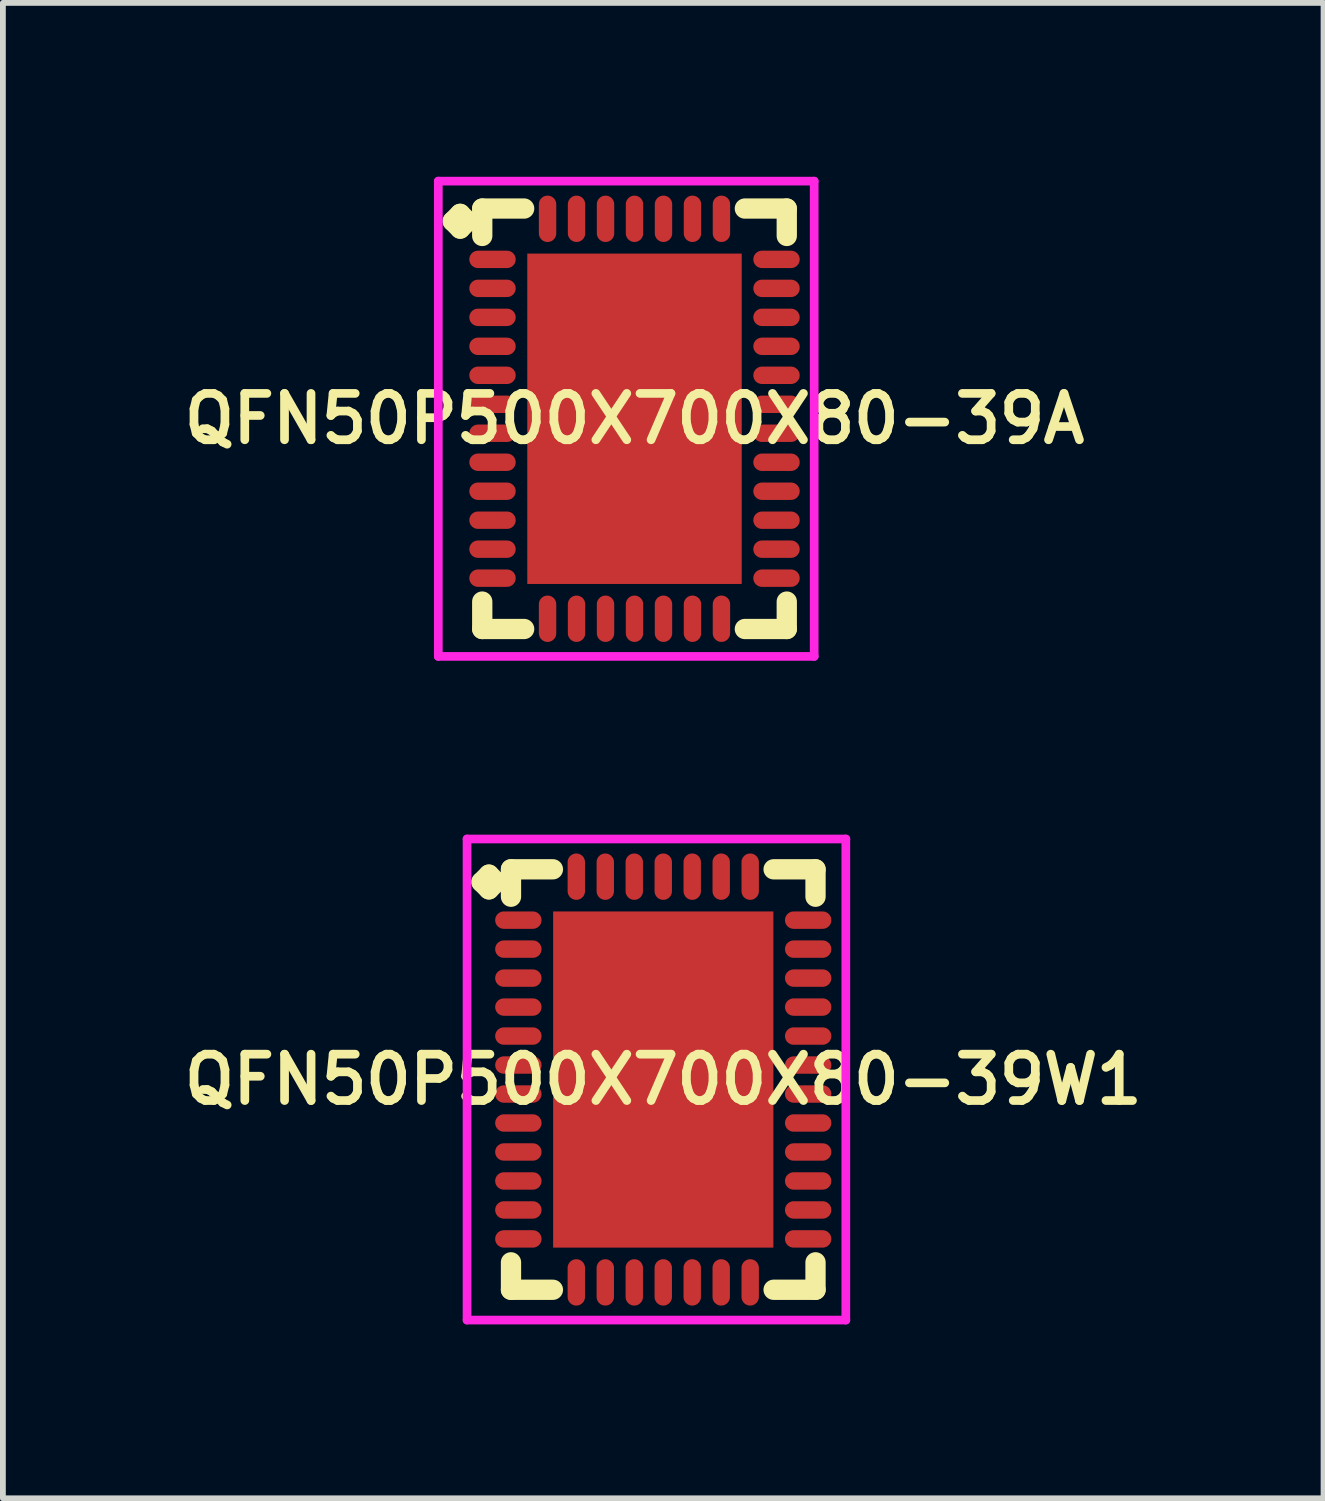
<source format=kicad_pcb>
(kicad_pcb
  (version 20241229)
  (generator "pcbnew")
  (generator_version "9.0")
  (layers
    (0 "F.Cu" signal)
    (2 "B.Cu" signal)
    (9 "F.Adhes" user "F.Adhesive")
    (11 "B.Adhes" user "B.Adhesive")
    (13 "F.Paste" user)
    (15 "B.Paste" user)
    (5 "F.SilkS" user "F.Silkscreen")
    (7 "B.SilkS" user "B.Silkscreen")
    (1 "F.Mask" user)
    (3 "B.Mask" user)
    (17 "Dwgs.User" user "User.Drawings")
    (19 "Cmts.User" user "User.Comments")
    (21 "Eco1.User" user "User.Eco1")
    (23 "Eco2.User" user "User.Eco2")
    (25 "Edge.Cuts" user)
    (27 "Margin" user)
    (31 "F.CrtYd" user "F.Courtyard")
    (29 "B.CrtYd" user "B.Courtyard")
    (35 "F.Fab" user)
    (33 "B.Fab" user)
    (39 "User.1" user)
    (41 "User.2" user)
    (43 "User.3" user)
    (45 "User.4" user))
  (footprint "QFN50P500X700X80-39A"
    (layer "F.Cu")
    (at 7.897 4.175)
    (property "Reference" "QFN50P500X700X80-39A" (at 0 0 0) (layer "F.SilkS") (effects (font (size 0.8 0.8) (thickness 0.15))))
    (attr smd)
    (fp_line (start -3.135 -3.408) (end -3.008 -3.535) (stroke (width 0.35) (type solid)) (layer "F.SilkS"))
    (fp_line (start -3.008 -3.535) (end -2.881 -3.408) (stroke (width 0.35) (type solid)) (layer "F.SilkS"))
    (fp_line (start -3.008 -3.281) (end -3.135 -3.408) (stroke (width 0.35) (type solid)) (layer "F.SilkS"))
    (fp_line (start -2.881 -3.408) (end -3.008 -3.281) (stroke (width 0.35) (type solid)) (layer "F.SilkS"))
    (fp_line (start -2.627 -3.627) (end -1.904 -3.627) (stroke (width 0.35) (type solid)) (layer "F.SilkS"))
    (fp_line (start -2.627 -3.154) (end -2.627 -3.627) (stroke (width 0.35) (type solid)) (layer "F.SilkS"))
    (fp_line (start -2.627 3.154) (end -2.627 3.627) (stroke (width 0.35) (type solid)) (layer "F.SilkS"))
    (fp_line (start -2.627 3.627) (end -1.904 3.627) (stroke (width 0.35) (type solid)) (layer "F.SilkS"))
    (fp_line (start 1.904 -3.627) (end 2.627 -3.627) (stroke (width 0.35) (type solid)) (layer "F.SilkS"))
    (fp_line (start 1.904 3.627) (end 2.627 3.627) (stroke (width 0.35) (type solid)) (layer "F.SilkS"))
    (fp_line (start 2.627 -3.627) (end 2.627 -3.154) (stroke (width 0.35) (type solid)) (layer "F.SilkS"))
    (fp_line (start 2.627 3.627) (end 2.627 3.154) (stroke (width 0.35) (type solid)) (layer "F.SilkS"))
    (fp_line (start -3.385 -4.1) (end 3.1 -4.1) (stroke (width 0.15) (type solid)) (layer "F.CrtYd"))
    (fp_line (start -3.385 4.1) (end -3.385 -4.1) (stroke (width 0.15) (type solid)) (layer "F.CrtYd"))
    (fp_line (start 3.1 -4.1) (end 3.1 4.1) (stroke (width 0.15) (type solid)) (layer "F.CrtYd"))
    (fp_line (start 3.1 4.1) (end -3.385 4.1) (stroke (width 0.15) (type solid)) (layer "F.CrtYd"))
    (pad "1" smd oval (at -2.45 -2.75) (size 0.8 0.3) (layers "F.Cu" "F.Mask" "F.Paste"))
    (pad "2" smd oval (at -2.45 -2.25) (size 0.8 0.3) (layers "F.Cu" "F.Mask" "F.Paste"))
    (pad "3" smd oval (at -2.45 -1.75) (size 0.8 0.3) (layers "F.Cu" "F.Mask" "F.Paste"))
    (pad "4" smd oval (at -2.45 -1.25) (size 0.8 0.3) (layers "F.Cu" "F.Mask" "F.Paste"))
    (pad "5" smd oval (at -2.45 -0.75) (size 0.8 0.3) (layers "F.Cu" "F.Mask" "F.Paste"))
    (pad "6" smd oval (at -2.45 -0.25) (size 0.8 0.3) (layers "F.Cu" "F.Mask" "F.Paste"))
    (pad "7" smd oval (at -2.45 0.25) (size 0.8 0.3) (layers "F.Cu" "F.Mask" "F.Paste"))
    (pad "8" smd oval (at -2.45 0.75) (size 0.8 0.3) (layers "F.Cu" "F.Mask" "F.Paste"))
    (pad "9" smd oval (at -2.45 1.25) (size 0.8 0.3) (layers "F.Cu" "F.Mask" "F.Paste"))
    (pad "10" smd oval (at -2.45 1.75) (size 0.8 0.3) (layers "F.Cu" "F.Mask" "F.Paste"))
    (pad "11" smd oval (at -2.45 2.25) (size 0.8 0.3) (layers "F.Cu" "F.Mask" "F.Paste"))
    (pad "12" smd oval (at -2.45 2.75) (size 0.8 0.3) (layers "F.Cu" "F.Mask" "F.Paste"))
    (pad "13" smd oval (at -1.5 3.45) (size 0.3 0.8) (layers "F.Cu" "F.Mask" "F.Paste"))
    (pad "14" smd oval (at -1 3.45) (size 0.3 0.8) (layers "F.Cu" "F.Mask" "F.Paste"))
    (pad "15" smd oval (at -0.5 3.45) (size 0.3 0.8) (layers "F.Cu" "F.Mask" "F.Paste"))
    (pad "16" smd oval (at 0 3.45) (size 0.3 0.8) (layers "F.Cu" "F.Mask" "F.Paste"))
    (pad "17" smd oval (at 0.5 3.45) (size 0.3 0.8) (layers "F.Cu" "F.Mask" "F.Paste"))
    (pad "18" smd oval (at 1 3.45) (size 0.3 0.8) (layers "F.Cu" "F.Mask" "F.Paste"))
    (pad "19" smd oval (at 1.5 3.45) (size 0.3 0.8) (layers "F.Cu" "F.Mask" "F.Paste"))
    (pad "20" smd oval (at 2.45 2.75) (size 0.8 0.3) (layers "F.Cu" "F.Mask" "F.Paste"))
    (pad "21" smd oval (at 2.45 2.25) (size 0.8 0.3) (layers "F.Cu" "F.Mask" "F.Paste"))
    (pad "22" smd oval (at 2.45 1.75) (size 0.8 0.3) (layers "F.Cu" "F.Mask" "F.Paste"))
    (pad "23" smd oval (at 2.45 1.25) (size 0.8 0.3) (layers "F.Cu" "F.Mask" "F.Paste"))
    (pad "24" smd oval (at 2.45 0.75) (size 0.8 0.3) (layers "F.Cu" "F.Mask" "F.Paste"))
    (pad "25" smd oval (at 2.45 0.25) (size 0.8 0.3) (layers "F.Cu" "F.Mask" "F.Paste"))
    (pad "26" smd oval (at 2.45 -0.25) (size 0.8 0.3) (layers "F.Cu" "F.Mask" "F.Paste"))
    (pad "27" smd oval (at 2.45 -0.75) (size 0.8 0.3) (layers "F.Cu" "F.Mask" "F.Paste"))
    (pad "28" smd oval (at 2.45 -1.25) (size 0.8 0.3) (layers "F.Cu" "F.Mask" "F.Paste"))
    (pad "29" smd oval (at 2.45 -1.75) (size 0.8 0.3) (layers "F.Cu" "F.Mask" "F.Paste"))
    (pad "30" smd oval (at 2.45 -2.25) (size 0.8 0.3) (layers "F.Cu" "F.Mask" "F.Paste"))
    (pad "31" smd oval (at 2.45 -2.75) (size 0.8 0.3) (layers "F.Cu" "F.Mask" "F.Paste"))
    (pad "32" smd oval (at 1.5 -3.45) (size 0.3 0.8) (layers "F.Cu" "F.Mask" "F.Paste"))
    (pad "33" smd oval (at 1 -3.45) (size 0.3 0.8) (layers "F.Cu" "F.Mask" "F.Paste"))
    (pad "34" smd oval (at 0.5 -3.45) (size 0.3 0.8) (layers "F.Cu" "F.Mask" "F.Paste"))
    (pad "35" smd oval (at 0 -3.45) (size 0.3 0.8) (layers "F.Cu" "F.Mask" "F.Paste"))
    (pad "36" smd oval (at -0.5 -3.45) (size 0.3 0.8) (layers "F.Cu" "F.Mask" "F.Paste"))
    (pad "37" smd oval (at -1 -3.45) (size 0.3 0.8) (layers "F.Cu" "F.Mask" "F.Paste"))
    (pad "38" smd oval (at -1.5 -3.45) (size 0.3 0.8) (layers "F.Cu" "F.Mask" "F.Paste"))
    (pad "39" smd rect (at 0 0) (size 3.7 5.7) (layers "F.Cu" "F.Mask" "F.Paste")))
  (footprint "QFN50P500X700X80-39W1"
    (layer "F.Cu")
    (at 8.393 15.575)
    (property "Reference" "QFN50P500X700X80-39W1" (at 0 0 0) (layer "F.SilkS") (effects (font (size 0.8 0.8) (thickness 0.15))))
    (attr smd)
    (fp_line (start -3.135 -3.408) (end -3.008 -3.535) (stroke (width 0.35) (type solid)) (layer "F.SilkS"))
    (fp_line (start -3.008 -3.535) (end -2.881 -3.408) (stroke (width 0.35) (type solid)) (layer "F.SilkS"))
    (fp_line (start -3.008 -3.281) (end -3.135 -3.408) (stroke (width 0.35) (type solid)) (layer "F.SilkS"))
    (fp_line (start -2.881 -3.408) (end -3.008 -3.281) (stroke (width 0.35) (type solid)) (layer "F.SilkS"))
    (fp_line (start -2.627 -3.627) (end -1.904 -3.627) (stroke (width 0.35) (type solid)) (layer "F.SilkS"))
    (fp_line (start -2.627 -3.154) (end -2.627 -3.627) (stroke (width 0.35) (type solid)) (layer "F.SilkS"))
    (fp_line (start -2.627 3.154) (end -2.627 3.627) (stroke (width 0.35) (type solid)) (layer "F.SilkS"))
    (fp_line (start -2.627 3.627) (end -1.904 3.627) (stroke (width 0.35) (type solid)) (layer "F.SilkS"))
    (fp_line (start 1.904 -3.627) (end 2.627 -3.627) (stroke (width 0.35) (type solid)) (layer "F.SilkS"))
    (fp_line (start 1.904 3.627) (end 2.627 3.627) (stroke (width 0.35) (type solid)) (layer "F.SilkS"))
    (fp_line (start 2.627 -3.627) (end 2.627 -3.154) (stroke (width 0.35) (type solid)) (layer "F.SilkS"))
    (fp_line (start 2.627 3.627) (end 2.627 3.154) (stroke (width 0.35) (type solid)) (layer "F.SilkS"))
    (fp_line (start -3.385 -4.15) (end 3.15 -4.15) (stroke (width 0.15) (type solid)) (layer "F.CrtYd"))
    (fp_line (start -3.385 4.15) (end -3.385 -4.15) (stroke (width 0.15) (type solid)) (layer "F.CrtYd"))
    (fp_line (start 3.15 -4.15) (end 3.15 4.15) (stroke (width 0.15) (type solid)) (layer "F.CrtYd"))
    (fp_line (start 3.15 4.15) (end -3.385 4.15) (stroke (width 0.15) (type solid)) (layer "F.CrtYd"))
    (pad "1" smd oval (at -2.5 -2.75) (size 0.8 0.3) (layers "F.Cu" "F.Mask" "F.Paste"))
    (pad "2" smd oval (at -2.5 -2.25) (size 0.8 0.3) (layers "F.Cu" "F.Mask" "F.Paste"))
    (pad "3" smd oval (at -2.5 -1.75) (size 0.8 0.3) (layers "F.Cu" "F.Mask" "F.Paste"))
    (pad "4" smd oval (at -2.5 -1.25) (size 0.8 0.3) (layers "F.Cu" "F.Mask" "F.Paste"))
    (pad "5" smd oval (at -2.5 -0.75) (size 0.8 0.3) (layers "F.Cu" "F.Mask" "F.Paste"))
    (pad "6" smd oval (at -2.5 -0.25) (size 0.8 0.3) (layers "F.Cu" "F.Mask" "F.Paste"))
    (pad "7" smd oval (at -2.5 0.25) (size 0.8 0.3) (layers "F.Cu" "F.Mask" "F.Paste"))
    (pad "8" smd oval (at -2.5 0.75) (size 0.8 0.3) (layers "F.Cu" "F.Mask" "F.Paste"))
    (pad "9" smd oval (at -2.5 1.25) (size 0.8 0.3) (layers "F.Cu" "F.Mask" "F.Paste"))
    (pad "10" smd oval (at -2.5 1.75) (size 0.8 0.3) (layers "F.Cu" "F.Mask" "F.Paste"))
    (pad "11" smd oval (at -2.5 2.25) (size 0.8 0.3) (layers "F.Cu" "F.Mask" "F.Paste"))
    (pad "12" smd oval (at -2.5 2.75) (size 0.8 0.3) (layers "F.Cu" "F.Mask" "F.Paste"))
    (pad "13" smd oval (at -1.5 3.5) (size 0.3 0.8) (layers "F.Cu" "F.Mask" "F.Paste"))
    (pad "14" smd oval (at -1 3.5) (size 0.3 0.8) (layers "F.Cu" "F.Mask" "F.Paste"))
    (pad "15" smd oval (at -0.5 3.5) (size 0.3 0.8) (layers "F.Cu" "F.Mask" "F.Paste"))
    (pad "16" smd oval (at 0 3.5) (size 0.3 0.8) (layers "F.Cu" "F.Mask" "F.Paste"))
    (pad "17" smd oval (at 0.5 3.5) (size 0.3 0.8) (layers "F.Cu" "F.Mask" "F.Paste"))
    (pad "18" smd oval (at 1 3.5) (size 0.3 0.8) (layers "F.Cu" "F.Mask" "F.Paste"))
    (pad "19" smd oval (at 1.5 3.5) (size 0.3 0.8) (layers "F.Cu" "F.Mask" "F.Paste"))
    (pad "20" smd oval (at 2.5 2.75) (size 0.8 0.3) (layers "F.Cu" "F.Mask" "F.Paste"))
    (pad "21" smd oval (at 2.5 2.25) (size 0.8 0.3) (layers "F.Cu" "F.Mask" "F.Paste"))
    (pad "22" smd oval (at 2.5 1.75) (size 0.8 0.3) (layers "F.Cu" "F.Mask" "F.Paste"))
    (pad "23" smd oval (at 2.5 1.25) (size 0.8 0.3) (layers "F.Cu" "F.Mask" "F.Paste"))
    (pad "24" smd oval (at 2.5 0.75) (size 0.8 0.3) (layers "F.Cu" "F.Mask" "F.Paste"))
    (pad "25" smd oval (at 2.5 0.25) (size 0.8 0.3) (layers "F.Cu" "F.Mask" "F.Paste"))
    (pad "26" smd oval (at 2.5 -0.25) (size 0.8 0.3) (layers "F.Cu" "F.Mask" "F.Paste"))
    (pad "27" smd oval (at 2.5 -0.75) (size 0.8 0.3) (layers "F.Cu" "F.Mask" "F.Paste"))
    (pad "28" smd oval (at 2.5 -1.25) (size 0.8 0.3) (layers "F.Cu" "F.Mask" "F.Paste"))
    (pad "29" smd oval (at 2.5 -1.75) (size 0.8 0.3) (layers "F.Cu" "F.Mask" "F.Paste"))
    (pad "30" smd oval (at 2.5 -2.25) (size 0.8 0.3) (layers "F.Cu" "F.Mask" "F.Paste"))
    (pad "31" smd oval (at 2.5 -2.75) (size 0.8 0.3) (layers "F.Cu" "F.Mask" "F.Paste"))
    (pad "32" smd oval (at 1.5 -3.5) (size 0.3 0.8) (layers "F.Cu" "F.Mask" "F.Paste"))
    (pad "33" smd oval (at 1 -3.5) (size 0.3 0.8) (layers "F.Cu" "F.Mask" "F.Paste"))
    (pad "34" smd oval (at 0.5 -3.5) (size 0.3 0.8) (layers "F.Cu" "F.Mask" "F.Paste"))
    (pad "35" smd oval (at 0 -3.5) (size 0.3 0.8) (layers "F.Cu" "F.Mask" "F.Paste"))
    (pad "36" smd oval (at -0.5 -3.5) (size 0.3 0.8) (layers "F.Cu" "F.Mask" "F.Paste"))
    (pad "37" smd oval (at -1 -3.5) (size 0.3 0.8) (layers "F.Cu" "F.Mask" "F.Paste"))
    (pad "38" smd oval (at -1.5 -3.5) (size 0.3 0.8) (layers "F.Cu" "F.Mask" "F.Paste"))
    (pad "39" smd rect (at 0 0) (size 3.8 5.8) (layers "F.Cu" "F.Mask" "F.Paste")))
  (gr_rect
    (start -3 -3)
    (end 19.785 22.8)
    (stroke (width 0.1) (type default))
    (fill no)
    (layer "Edge.Cuts")))
</source>
